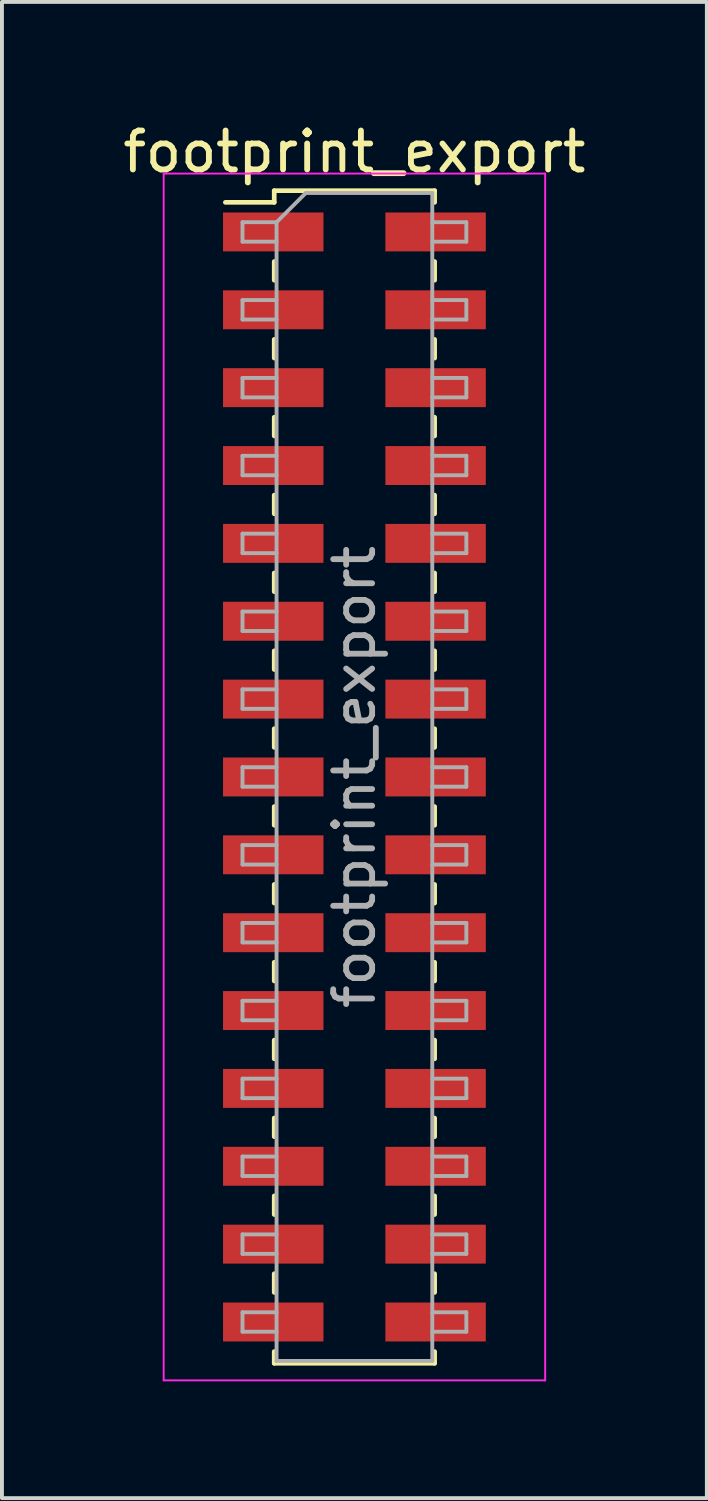
<source format=kicad_pcb>
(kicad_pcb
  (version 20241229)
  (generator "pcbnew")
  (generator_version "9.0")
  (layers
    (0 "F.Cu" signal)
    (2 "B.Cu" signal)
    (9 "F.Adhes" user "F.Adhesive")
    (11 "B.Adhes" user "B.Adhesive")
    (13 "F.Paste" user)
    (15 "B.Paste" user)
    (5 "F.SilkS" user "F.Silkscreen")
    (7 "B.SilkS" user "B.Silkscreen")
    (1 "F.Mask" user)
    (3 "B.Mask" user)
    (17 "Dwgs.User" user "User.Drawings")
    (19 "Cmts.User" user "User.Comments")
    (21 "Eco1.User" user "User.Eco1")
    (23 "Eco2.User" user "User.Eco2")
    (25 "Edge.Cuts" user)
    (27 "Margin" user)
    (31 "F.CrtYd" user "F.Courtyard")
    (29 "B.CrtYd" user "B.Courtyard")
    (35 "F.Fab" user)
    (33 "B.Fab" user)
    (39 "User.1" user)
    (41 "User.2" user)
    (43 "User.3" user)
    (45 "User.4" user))
  (footprint "footprint_export"
    (layer "F.Cu")
    (at 6.054 16.908)
    (property "Reference" "footprint_export" (at 0 -16.06 0) (layer "F.SilkS") (effects (font (size 1 1) (thickness 0.15))))
    (attr smd)
    (fp_line (start -3.315 -14.76) (end -2.06 -14.76) (stroke (width 0.12) (type solid)) (layer "F.SilkS"))
    (fp_line (start -2.06 -15.06) (end -2.06 -14.76) (stroke (width 0.12) (type solid)) (layer "F.SilkS"))
    (fp_line (start -2.06 -15.06) (end 2.06 -15.06) (stroke (width 0.12) (type solid)) (layer "F.SilkS"))
    (fp_line (start -2.06 -13.24) (end -2.06 -12.76) (stroke (width 0.12) (type solid)) (layer "F.SilkS"))
    (fp_line (start -2.06 -11.24) (end -2.06 -10.76) (stroke (width 0.12) (type solid)) (layer "F.SilkS"))
    (fp_line (start -2.06 -9.24) (end -2.06 -8.76) (stroke (width 0.12) (type solid)) (layer "F.SilkS"))
    (fp_line (start -2.06 -7.24) (end -2.06 -6.76) (stroke (width 0.12) (type solid)) (layer "F.SilkS"))
    (fp_line (start -2.06 -5.24) (end -2.06 -4.76) (stroke (width 0.12) (type solid)) (layer "F.SilkS"))
    (fp_line (start -2.06 -3.24) (end -2.06 -2.76) (stroke (width 0.12) (type solid)) (layer "F.SilkS"))
    (fp_line (start -2.06 -1.24) (end -2.06 -0.76) (stroke (width 0.12) (type solid)) (layer "F.SilkS"))
    (fp_line (start -2.06 0.76) (end -2.06 1.24) (stroke (width 0.12) (type solid)) (layer "F.SilkS"))
    (fp_line (start -2.06 2.76) (end -2.06 3.24) (stroke (width 0.12) (type solid)) (layer "F.SilkS"))
    (fp_line (start -2.06 4.76) (end -2.06 5.24) (stroke (width 0.12) (type solid)) (layer "F.SilkS"))
    (fp_line (start -2.06 6.76) (end -2.06 7.24) (stroke (width 0.12) (type solid)) (layer "F.SilkS"))
    (fp_line (start -2.06 8.76) (end -2.06 9.24) (stroke (width 0.12) (type solid)) (layer "F.SilkS"))
    (fp_line (start -2.06 10.76) (end -2.06 11.24) (stroke (width 0.12) (type solid)) (layer "F.SilkS"))
    (fp_line (start -2.06 12.76) (end -2.06 13.24) (stroke (width 0.12) (type solid)) (layer "F.SilkS"))
    (fp_line (start -2.06 14.76) (end -2.06 15.06) (stroke (width 0.12) (type solid)) (layer "F.SilkS"))
    (fp_line (start -2.06 15.06) (end 2.06 15.06) (stroke (width 0.12) (type solid)) (layer "F.SilkS"))
    (fp_line (start 2.06 -15.06) (end 2.06 -14.76) (stroke (width 0.12) (type solid)) (layer "F.SilkS"))
    (fp_line (start 2.06 -13.24) (end 2.06 -12.76) (stroke (width 0.12) (type solid)) (layer "F.SilkS"))
    (fp_line (start 2.06 -11.24) (end 2.06 -10.76) (stroke (width 0.12) (type solid)) (layer "F.SilkS"))
    (fp_line (start 2.06 -9.24) (end 2.06 -8.76) (stroke (width 0.12) (type solid)) (layer "F.SilkS"))
    (fp_line (start 2.06 -7.24) (end 2.06 -6.76) (stroke (width 0.12) (type solid)) (layer "F.SilkS"))
    (fp_line (start 2.06 -5.24) (end 2.06 -4.76) (stroke (width 0.12) (type solid)) (layer "F.SilkS"))
    (fp_line (start 2.06 -3.24) (end 2.06 -2.76) (stroke (width 0.12) (type solid)) (layer "F.SilkS"))
    (fp_line (start 2.06 -1.24) (end 2.06 -0.76) (stroke (width 0.12) (type solid)) (layer "F.SilkS"))
    (fp_line (start 2.06 0.76) (end 2.06 1.24) (stroke (width 0.12) (type solid)) (layer "F.SilkS"))
    (fp_line (start 2.06 2.76) (end 2.06 3.24) (stroke (width 0.12) (type solid)) (layer "F.SilkS"))
    (fp_line (start 2.06 4.76) (end 2.06 5.24) (stroke (width 0.12) (type solid)) (layer "F.SilkS"))
    (fp_line (start 2.06 6.76) (end 2.06 7.24) (stroke (width 0.12) (type solid)) (layer "F.SilkS"))
    (fp_line (start 2.06 8.76) (end 2.06 9.24) (stroke (width 0.12) (type solid)) (layer "F.SilkS"))
    (fp_line (start 2.06 10.76) (end 2.06 11.24) (stroke (width 0.12) (type solid)) (layer "F.SilkS"))
    (fp_line (start 2.06 12.76) (end 2.06 13.24) (stroke (width 0.12) (type solid)) (layer "F.SilkS"))
    (fp_line (start 2.06 14.76) (end 2.06 15.06) (stroke (width 0.12) (type solid)) (layer "F.SilkS"))
    (fp_line (start -4.9 -15.5) (end -4.9 15.5) (stroke (width 0.05) (type solid)) (layer "F.CrtYd"))
    (fp_line (start -4.9 15.5) (end 4.9 15.5) (stroke (width 0.05) (type solid)) (layer "F.CrtYd"))
    (fp_line (start 4.9 -15.5) (end -4.9 -15.5) (stroke (width 0.05) (type solid)) (layer "F.CrtYd"))
    (fp_line (start 4.9 15.5) (end 4.9 -15.5) (stroke (width 0.05) (type solid)) (layer "F.CrtYd"))
    (fp_line (start -2.875 -14.25) (end -2.875 -13.75) (stroke (width 0.1) (type solid)) (layer "F.Fab"))
    (fp_line (start -2.875 -13.75) (end -2 -13.75) (stroke (width 0.1) (type solid)) (layer "F.Fab"))
    (fp_line (start -2.875 -12.25) (end -2.875 -11.75) (stroke (width 0.1) (type solid)) (layer "F.Fab"))
    (fp_line (start -2.875 -11.75) (end -2 -11.75) (stroke (width 0.1) (type solid)) (layer "F.Fab"))
    (fp_line (start -2.875 -10.25) (end -2.875 -9.75) (stroke (width 0.1) (type solid)) (layer "F.Fab"))
    (fp_line (start -2.875 -9.75) (end -2 -9.75) (stroke (width 0.1) (type solid)) (layer "F.Fab"))
    (fp_line (start -2.875 -8.25) (end -2.875 -7.75) (stroke (width 0.1) (type solid)) (layer "F.Fab"))
    (fp_line (start -2.875 -7.75) (end -2 -7.75) (stroke (width 0.1) (type solid)) (layer "F.Fab"))
    (fp_line (start -2.875 -6.25) (end -2.875 -5.75) (stroke (width 0.1) (type solid)) (layer "F.Fab"))
    (fp_line (start -2.875 -5.75) (end -2 -5.75) (stroke (width 0.1) (type solid)) (layer "F.Fab"))
    (fp_line (start -2.875 -4.25) (end -2.875 -3.75) (stroke (width 0.1) (type solid)) (layer "F.Fab"))
    (fp_line (start -2.875 -3.75) (end -2 -3.75) (stroke (width 0.1) (type solid)) (layer "F.Fab"))
    (fp_line (start -2.875 -2.25) (end -2.875 -1.75) (stroke (width 0.1) (type solid)) (layer "F.Fab"))
    (fp_line (start -2.875 -1.75) (end -2 -1.75) (stroke (width 0.1) (type solid)) (layer "F.Fab"))
    (fp_line (start -2.875 -0.25) (end -2.875 0.25) (stroke (width 0.1) (type solid)) (layer "F.Fab"))
    (fp_line (start -2.875 0.25) (end -2 0.25) (stroke (width 0.1) (type solid)) (layer "F.Fab"))
    (fp_line (start -2.875 1.75) (end -2.875 2.25) (stroke (width 0.1) (type solid)) (layer "F.Fab"))
    (fp_line (start -2.875 2.25) (end -2 2.25) (stroke (width 0.1) (type solid)) (layer "F.Fab"))
    (fp_line (start -2.875 3.75) (end -2.875 4.25) (stroke (width 0.1) (type solid)) (layer "F.Fab"))
    (fp_line (start -2.875 4.25) (end -2 4.25) (stroke (width 0.1) (type solid)) (layer "F.Fab"))
    (fp_line (start -2.875 5.75) (end -2.875 6.25) (stroke (width 0.1) (type solid)) (layer "F.Fab"))
    (fp_line (start -2.875 6.25) (end -2 6.25) (stroke (width 0.1) (type solid)) (layer "F.Fab"))
    (fp_line (start -2.875 7.75) (end -2.875 8.25) (stroke (width 0.1) (type solid)) (layer "F.Fab"))
    (fp_line (start -2.875 8.25) (end -2 8.25) (stroke (width 0.1) (type solid)) (layer "F.Fab"))
    (fp_line (start -2.875 9.75) (end -2.875 10.25) (stroke (width 0.1) (type solid)) (layer "F.Fab"))
    (fp_line (start -2.875 10.25) (end -2 10.25) (stroke (width 0.1) (type solid)) (layer "F.Fab"))
    (fp_line (start -2.875 11.75) (end -2.875 12.25) (stroke (width 0.1) (type solid)) (layer "F.Fab"))
    (fp_line (start -2.875 12.25) (end -2 12.25) (stroke (width 0.1) (type solid)) (layer "F.Fab"))
    (fp_line (start -2.875 13.75) (end -2.875 14.25) (stroke (width 0.1) (type solid)) (layer "F.Fab"))
    (fp_line (start -2.875 14.25) (end -2 14.25) (stroke (width 0.1) (type solid)) (layer "F.Fab"))
    (fp_line (start -2 -14.25) (end -2.875 -14.25) (stroke (width 0.1) (type solid)) (layer "F.Fab"))
    (fp_line (start -2 -14.25) (end -1.25 -15) (stroke (width 0.1) (type solid)) (layer "F.Fab"))
    (fp_line (start -2 -12.25) (end -2.875 -12.25) (stroke (width 0.1) (type solid)) (layer "F.Fab"))
    (fp_line (start -2 -10.25) (end -2.875 -10.25) (stroke (width 0.1) (type solid)) (layer "F.Fab"))
    (fp_line (start -2 -8.25) (end -2.875 -8.25) (stroke (width 0.1) (type solid)) (layer "F.Fab"))
    (fp_line (start -2 -6.25) (end -2.875 -6.25) (stroke (width 0.1) (type solid)) (layer "F.Fab"))
    (fp_line (start -2 -4.25) (end -2.875 -4.25) (stroke (width 0.1) (type solid)) (layer "F.Fab"))
    (fp_line (start -2 -2.25) (end -2.875 -2.25) (stroke (width 0.1) (type solid)) (layer "F.Fab"))
    (fp_line (start -2 -0.25) (end -2.875 -0.25) (stroke (width 0.1) (type solid)) (layer "F.Fab"))
    (fp_line (start -2 1.75) (end -2.875 1.75) (stroke (width 0.1) (type solid)) (layer "F.Fab"))
    (fp_line (start -2 3.75) (end -2.875 3.75) (stroke (width 0.1) (type solid)) (layer "F.Fab"))
    (fp_line (start -2 5.75) (end -2.875 5.75) (stroke (width 0.1) (type solid)) (layer "F.Fab"))
    (fp_line (start -2 7.75) (end -2.875 7.75) (stroke (width 0.1) (type solid)) (layer "F.Fab"))
    (fp_line (start -2 9.75) (end -2.875 9.75) (stroke (width 0.1) (type solid)) (layer "F.Fab"))
    (fp_line (start -2 11.75) (end -2.875 11.75) (stroke (width 0.1) (type solid)) (layer "F.Fab"))
    (fp_line (start -2 13.75) (end -2.875 13.75) (stroke (width 0.1) (type solid)) (layer "F.Fab"))
    (fp_line (start -2 15) (end -2 -14.25) (stroke (width 0.1) (type solid)) (layer "F.Fab"))
    (fp_line (start -1.25 -15) (end 2 -15) (stroke (width 0.1) (type solid)) (layer "F.Fab"))
    (fp_line (start 2 -15) (end 2 15) (stroke (width 0.1) (type solid)) (layer "F.Fab"))
    (fp_line (start 2 -14.25) (end 2.875 -14.25) (stroke (width 0.1) (type solid)) (layer "F.Fab"))
    (fp_line (start 2 -12.25) (end 2.875 -12.25) (stroke (width 0.1) (type solid)) (layer "F.Fab"))
    (fp_line (start 2 -10.25) (end 2.875 -10.25) (stroke (width 0.1) (type solid)) (layer "F.Fab"))
    (fp_line (start 2 -8.25) (end 2.875 -8.25) (stroke (width 0.1) (type solid)) (layer "F.Fab"))
    (fp_line (start 2 -6.25) (end 2.875 -6.25) (stroke (width 0.1) (type solid)) (layer "F.Fab"))
    (fp_line (start 2 -4.25) (end 2.875 -4.25) (stroke (width 0.1) (type solid)) (layer "F.Fab"))
    (fp_line (start 2 -2.25) (end 2.875 -2.25) (stroke (width 0.1) (type solid)) (layer "F.Fab"))
    (fp_line (start 2 -0.25) (end 2.875 -0.25) (stroke (width 0.1) (type solid)) (layer "F.Fab"))
    (fp_line (start 2 1.75) (end 2.875 1.75) (stroke (width 0.1) (type solid)) (layer "F.Fab"))
    (fp_line (start 2 3.75) (end 2.875 3.75) (stroke (width 0.1) (type solid)) (layer "F.Fab"))
    (fp_line (start 2 5.75) (end 2.875 5.75) (stroke (width 0.1) (type solid)) (layer "F.Fab"))
    (fp_line (start 2 7.75) (end 2.875 7.75) (stroke (width 0.1) (type solid)) (layer "F.Fab"))
    (fp_line (start 2 9.75) (end 2.875 9.75) (stroke (width 0.1) (type solid)) (layer "F.Fab"))
    (fp_line (start 2 11.75) (end 2.875 11.75) (stroke (width 0.1) (type solid)) (layer "F.Fab"))
    (fp_line (start 2 13.75) (end 2.875 13.75) (stroke (width 0.1) (type solid)) (layer "F.Fab"))
    (fp_line (start 2 15) (end -2 15) (stroke (width 0.1) (type solid)) (layer "F.Fab"))
    (fp_line (start 2.875 -14.25) (end 2.875 -13.75) (stroke (width 0.1) (type solid)) (layer "F.Fab"))
    (fp_line (start 2.875 -13.75) (end 2 -13.75) (stroke (width 0.1) (type solid)) (layer "F.Fab"))
    (fp_line (start 2.875 -12.25) (end 2.875 -11.75) (stroke (width 0.1) (type solid)) (layer "F.Fab"))
    (fp_line (start 2.875 -11.75) (end 2 -11.75) (stroke (width 0.1) (type solid)) (layer "F.Fab"))
    (fp_line (start 2.875 -10.25) (end 2.875 -9.75) (stroke (width 0.1) (type solid)) (layer "F.Fab"))
    (fp_line (start 2.875 -9.75) (end 2 -9.75) (stroke (width 0.1) (type solid)) (layer "F.Fab"))
    (fp_line (start 2.875 -8.25) (end 2.875 -7.75) (stroke (width 0.1) (type solid)) (layer "F.Fab"))
    (fp_line (start 2.875 -7.75) (end 2 -7.75) (stroke (width 0.1) (type solid)) (layer "F.Fab"))
    (fp_line (start 2.875 -6.25) (end 2.875 -5.75) (stroke (width 0.1) (type solid)) (layer "F.Fab"))
    (fp_line (start 2.875 -5.75) (end 2 -5.75) (stroke (width 0.1) (type solid)) (layer "F.Fab"))
    (fp_line (start 2.875 -4.25) (end 2.875 -3.75) (stroke (width 0.1) (type solid)) (layer "F.Fab"))
    (fp_line (start 2.875 -3.75) (end 2 -3.75) (stroke (width 0.1) (type solid)) (layer "F.Fab"))
    (fp_line (start 2.875 -2.25) (end 2.875 -1.75) (stroke (width 0.1) (type solid)) (layer "F.Fab"))
    (fp_line (start 2.875 -1.75) (end 2 -1.75) (stroke (width 0.1) (type solid)) (layer "F.Fab"))
    (fp_line (start 2.875 -0.25) (end 2.875 0.25) (stroke (width 0.1) (type solid)) (layer "F.Fab"))
    (fp_line (start 2.875 0.25) (end 2 0.25) (stroke (width 0.1) (type solid)) (layer "F.Fab"))
    (fp_line (start 2.875 1.75) (end 2.875 2.25) (stroke (width 0.1) (type solid)) (layer "F.Fab"))
    (fp_line (start 2.875 2.25) (end 2 2.25) (stroke (width 0.1) (type solid)) (layer "F.Fab"))
    (fp_line (start 2.875 3.75) (end 2.875 4.25) (stroke (width 0.1) (type solid)) (layer "F.Fab"))
    (fp_line (start 2.875 4.25) (end 2 4.25) (stroke (width 0.1) (type solid)) (layer "F.Fab"))
    (fp_line (start 2.875 5.75) (end 2.875 6.25) (stroke (width 0.1) (type solid)) (layer "F.Fab"))
    (fp_line (start 2.875 6.25) (end 2 6.25) (stroke (width 0.1) (type solid)) (layer "F.Fab"))
    (fp_line (start 2.875 7.75) (end 2.875 8.25) (stroke (width 0.1) (type solid)) (layer "F.Fab"))
    (fp_line (start 2.875 8.25) (end 2 8.25) (stroke (width 0.1) (type solid)) (layer "F.Fab"))
    (fp_line (start 2.875 9.75) (end 2.875 10.25) (stroke (width 0.1) (type solid)) (layer "F.Fab"))
    (fp_line (start 2.875 10.25) (end 2 10.25) (stroke (width 0.1) (type solid)) (layer "F.Fab"))
    (fp_line (start 2.875 11.75) (end 2.875 12.25) (stroke (width 0.1) (type solid)) (layer "F.Fab"))
    (fp_line (start 2.875 12.25) (end 2 12.25) (stroke (width 0.1) (type solid)) (layer "F.Fab"))
    (fp_line (start 2.875 13.75) (end 2.875 14.25) (stroke (width 0.1) (type solid)) (layer "F.Fab"))
    (fp_line (start 2.875 14.25) (end 2 14.25) (stroke (width 0.1) (type solid)) (layer "F.Fab"))
    (fp_text user "${REFERENCE}" (at 0 0 90) (layer "F.Fab") (effects (font (size 1 1) (thickness 0.15))))
    (pad "1" smd rect (at -2.085 -14) (size 2.58 1) (layers "F.Cu" "F.Mask" "F.Paste"))
    (pad "2" smd rect (at 2.085 -14) (size 2.58 1) (layers "F.Cu" "F.Mask" "F.Paste"))
    (pad "3" smd rect (at -2.085 -12) (size 2.58 1) (layers "F.Cu" "F.Mask" "F.Paste"))
    (pad "4" smd rect (at 2.085 -12) (size 2.58 1) (layers "F.Cu" "F.Mask" "F.Paste"))
    (pad "5" smd rect (at -2.085 -10) (size 2.58 1) (layers "F.Cu" "F.Mask" "F.Paste"))
    (pad "6" smd rect (at 2.085 -10) (size 2.58 1) (layers "F.Cu" "F.Mask" "F.Paste"))
    (pad "7" smd rect (at -2.085 -8) (size 2.58 1) (layers "F.Cu" "F.Mask" "F.Paste"))
    (pad "8" smd rect (at 2.085 -8) (size 2.58 1) (layers "F.Cu" "F.Mask" "F.Paste"))
    (pad "9" smd rect (at -2.085 -6) (size 2.58 1) (layers "F.Cu" "F.Mask" "F.Paste"))
    (pad "10" smd rect (at 2.085 -6) (size 2.58 1) (layers "F.Cu" "F.Mask" "F.Paste"))
    (pad "11" smd rect (at -2.085 -4) (size 2.58 1) (layers "F.Cu" "F.Mask" "F.Paste"))
    (pad "12" smd rect (at 2.085 -4) (size 2.58 1) (layers "F.Cu" "F.Mask" "F.Paste"))
    (pad "13" smd rect (at -2.085 -2) (size 2.58 1) (layers "F.Cu" "F.Mask" "F.Paste"))
    (pad "14" smd rect (at 2.085 -2) (size 2.58 1) (layers "F.Cu" "F.Mask" "F.Paste"))
    (pad "15" smd rect (at -2.085 0) (size 2.58 1) (layers "F.Cu" "F.Mask" "F.Paste"))
    (pad "16" smd rect (at 2.085 0) (size 2.58 1) (layers "F.Cu" "F.Mask" "F.Paste"))
    (pad "17" smd rect (at -2.085 2) (size 2.58 1) (layers "F.Cu" "F.Mask" "F.Paste"))
    (pad "18" smd rect (at 2.085 2) (size 2.58 1) (layers "F.Cu" "F.Mask" "F.Paste"))
    (pad "19" smd rect (at -2.085 4) (size 2.58 1) (layers "F.Cu" "F.Mask" "F.Paste"))
    (pad "20" smd rect (at 2.085 4) (size 2.58 1) (layers "F.Cu" "F.Mask" "F.Paste"))
    (pad "21" smd rect (at -2.085 6) (size 2.58 1) (layers "F.Cu" "F.Mask" "F.Paste"))
    (pad "22" smd rect (at 2.085 6) (size 2.58 1) (layers "F.Cu" "F.Mask" "F.Paste"))
    (pad "23" smd rect (at -2.085 8) (size 2.58 1) (layers "F.Cu" "F.Mask" "F.Paste"))
    (pad "24" smd rect (at 2.085 8) (size 2.58 1) (layers "F.Cu" "F.Mask" "F.Paste"))
    (pad "25" smd rect (at -2.085 10) (size 2.58 1) (layers "F.Cu" "F.Mask" "F.Paste"))
    (pad "26" smd rect (at 2.085 10) (size 2.58 1) (layers "F.Cu" "F.Mask" "F.Paste"))
    (pad "27" smd rect (at -2.085 12) (size 2.58 1) (layers "F.Cu" "F.Mask" "F.Paste"))
    (pad "28" smd rect (at 2.085 12) (size 2.58 1) (layers "F.Cu" "F.Mask" "F.Paste"))
    (pad "29" smd rect (at -2.085 14) (size 2.58 1) (layers "F.Cu" "F.Mask" "F.Paste"))
    (pad "30" smd rect (at 2.085 14) (size 2.58 1) (layers "F.Cu" "F.Mask" "F.Paste")))
  (gr_rect
    (start -3 -3)
    (end 15.107 35.433)
    (stroke (width 0.1) (type default))
    (fill no)
    (layer "Edge.Cuts")))
</source>
